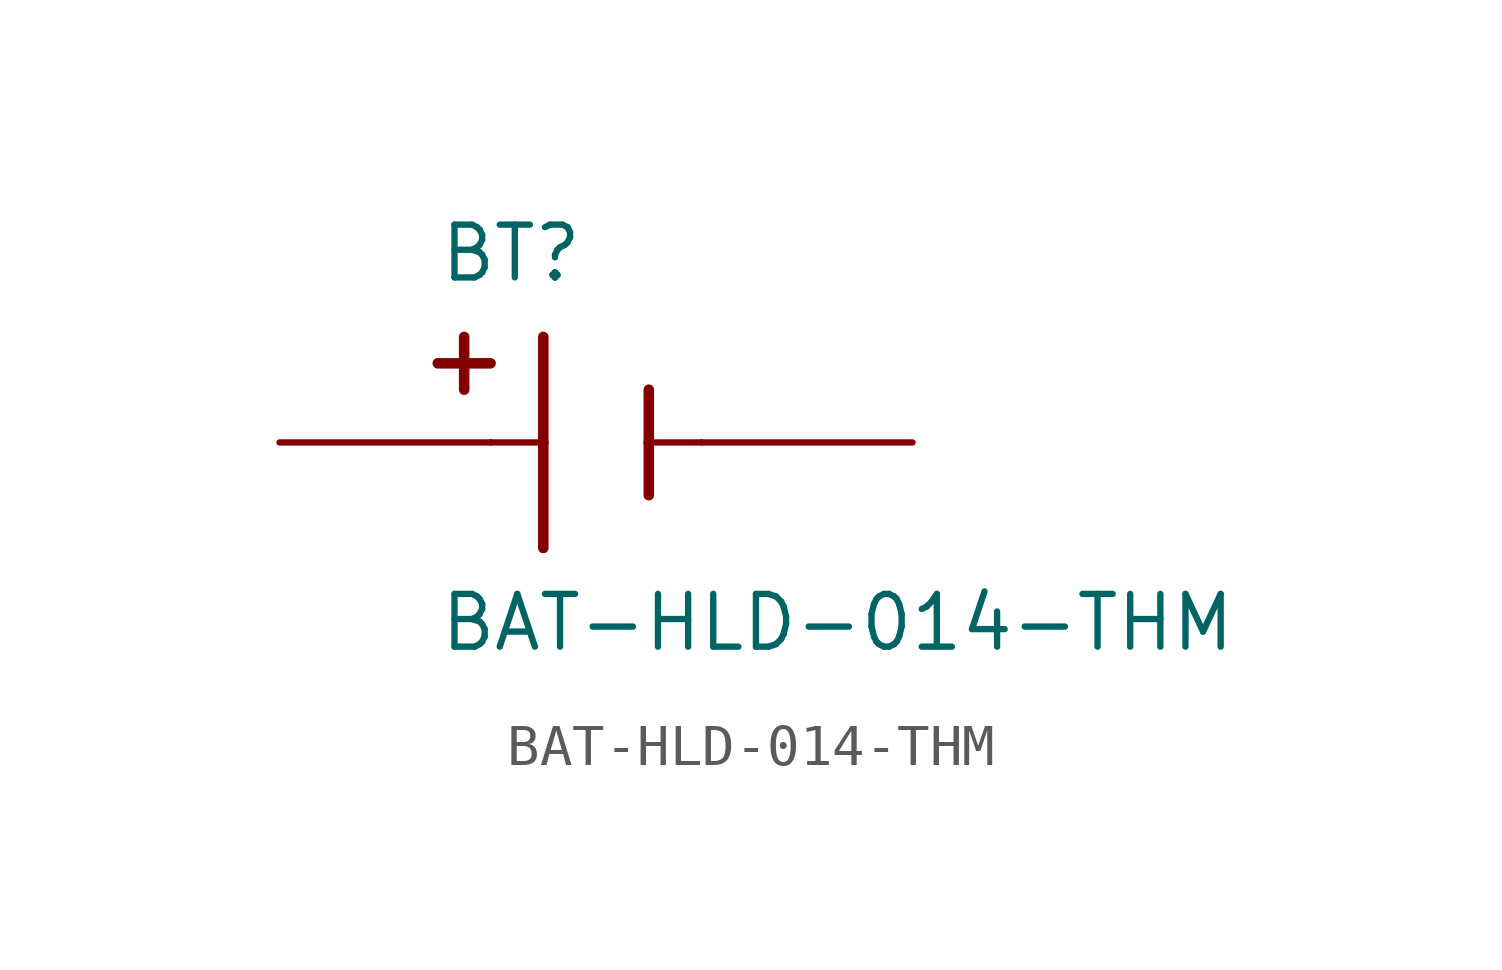
<source format=kicad_sym>
(kicad_symbol_lib
  (version 20220914)
  (generator kicad_symbol_editor)
  (symbol "BAT-HLD-014-THM"
    (pin_numbers hide)
    (pin_names
      (offset 1.016) hide)
    (property "Reference" "BT"
      (at -3.81 3.81 0)
      (effects (font (size 1.27 1.27)) (justify left bottom)))
    (property "Value" "BAT-HLD-014-THM"
      (at -3.81 -5.08 0)
      (effects (font (size 1.27 1.27)) (justify left bottom)))
    (property "ki_locked" ""
      (at 0 0 0)
      (effects (font (size 1.27 1.27))))
    (symbol "BAT-HLD-014-THM_0_0"
      (polyline (pts (xy -3.81 1.905) (xy -2.54 1.905)) (stroke (width 0.254) (type solid)) (fill (type none)))
      (polyline (pts (xy -3.175 2.54) (xy -3.175 1.27)) (stroke (width 0.254) (type solid)) (fill (type none)))
      (polyline (pts (xy -1.27 0) (xy -2.54 0)) (stroke (width 0.152) (type solid)) (fill (type none)))
      (polyline (pts (xy -1.27 0) (xy -1.27 -2.54)) (stroke (width 0.254) (type solid)) (fill (type none)))
      (polyline (pts (xy -1.27 2.54) (xy -1.27 0)) (stroke (width 0.254) (type solid)) (fill (type none)))
      (polyline (pts (xy 1.27 0) (xy 1.27 -1.27)) (stroke (width 0.254) (type solid)) (fill (type none)))
      (polyline (pts (xy 1.27 0) (xy 2.54 0)) (stroke (width 0.152) (type solid)) (fill (type none)))
      (polyline (pts (xy 1.27 1.27) (xy 1.27 0)) (stroke (width 0.254) (type solid)) (fill (type none)))
      (pin passive line (at 7.62 0 180) (length 5.08) (name "~" (effects (font (size 1.016 1.016)))) (number "N" (effects (font (size 1.016 1.016)))))
      (pin passive line (at -7.62 0 0) (length 5.08) (name "~" (effects (font (size 1.016 1.016)))) (number "P_1" (effects (font (size 1.016 1.016))))))))
</source>
